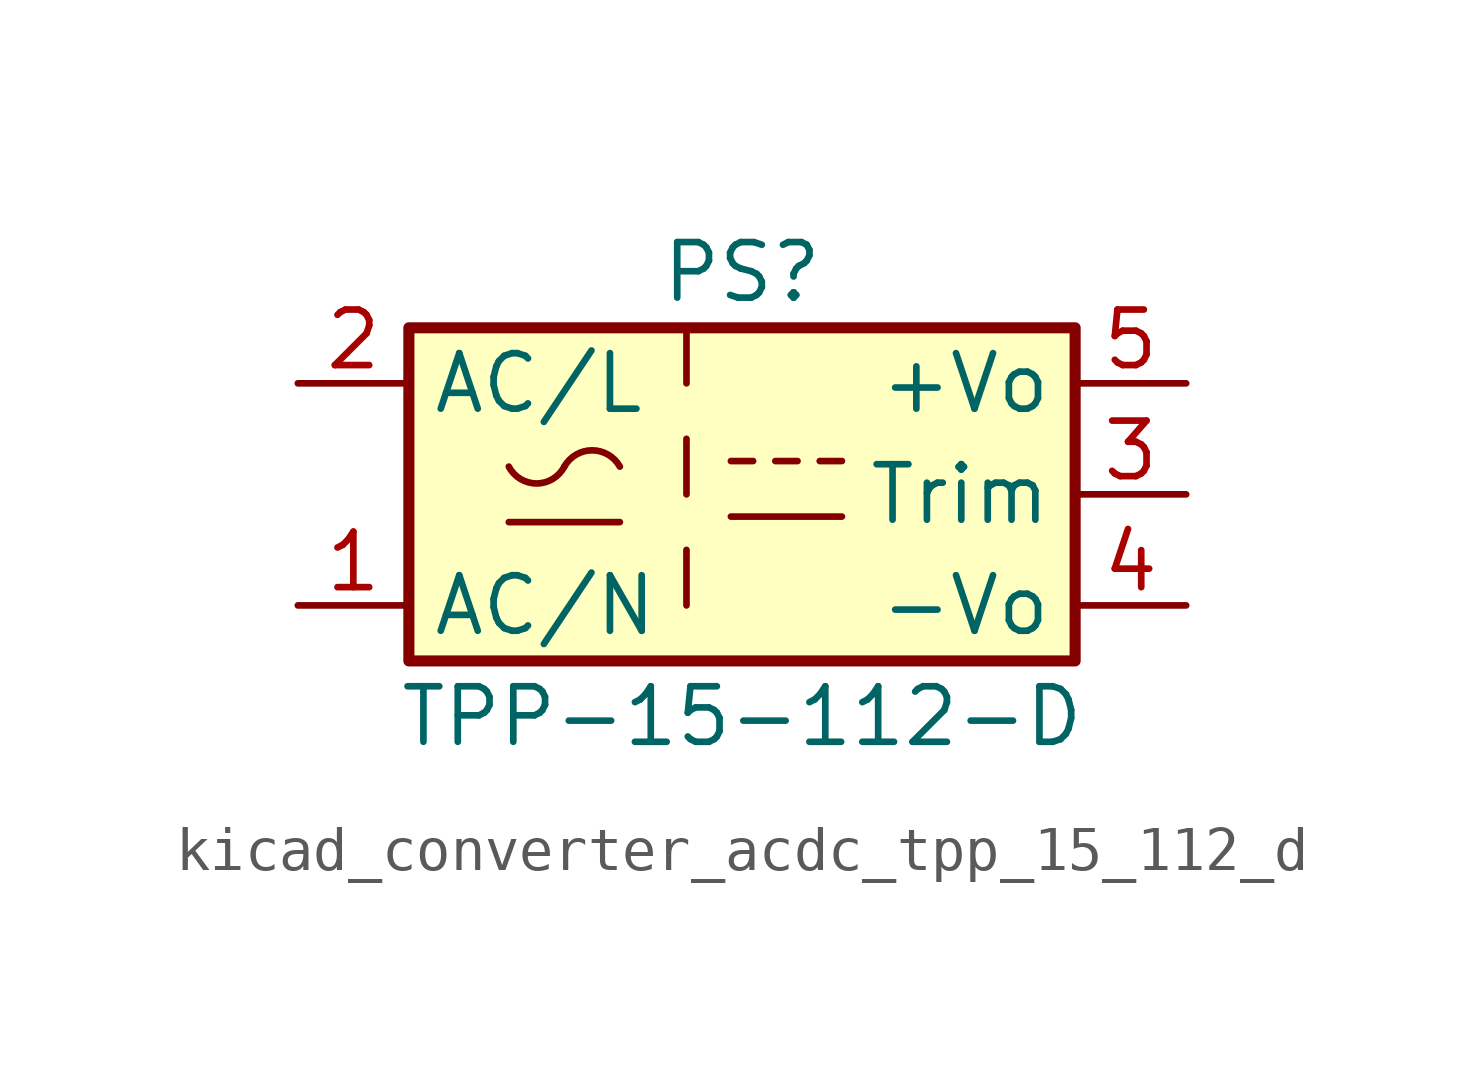
<source format=kicad_sym>
(kicad_symbol_lib
  (version 20220914)
  (generator kicad_symbol_editor)
  (symbol "kicad_converter_acdc_tpp_15_112_d"
    (property "Reference" "PS"
      (at 0 5.08 0)
      (effects (font (size 1.27 1.27))))
    (property "Value" "TPP-15-112-D"
      (at 0 -5.08 0)
      (effects (font (size 1.27 1.27))))
    (symbol "kicad_converter_acdc_tpp_15_112_d_0_1"
      (rectangle (start -7.62 3.81) (end 7.62 -3.81) (stroke (width 0.254) (type default)) (fill (type background)))
      (arc (start -5.334 0.635) (mid -4.699 0.2495) (end -4.064 0.635) (stroke (width 0) (type default)) (fill (type none)))
      (arc (start -2.794 0.635) (mid -3.429 1.0072) (end -4.064 0.635) (stroke (width 0) (type default)) (fill (type none)))
      (polyline (pts (xy -5.334 -0.635) (xy -2.794 -0.635)) (stroke (width 0) (type default)) (fill (type none)))
      (polyline (pts (xy -0.254 -0.508) (xy 2.286 -0.508)) (stroke (width 0) (type default)) (fill (type none)))
      (polyline (pts (xy -0.254 0.762) (xy 0.254 0.762)) (stroke (width 0) (type default)) (fill (type none)))
      (polyline (pts (xy 0.762 0.762) (xy 1.27 0.762)) (stroke (width 0) (type default)) (fill (type none)))
      (polyline (pts (xy 1.778 0.762) (xy 2.286 0.762)) (stroke (width 0) (type default)) (fill (type none))))
    (symbol "kicad_converter_acdc_tpp_15_112_d_1_1"
      (polyline (pts (xy -1.27 -1.27) (xy -1.27 -2.54)) (stroke (width 0) (type default)) (fill (type none)))
      (polyline (pts (xy -1.27 1.27) (xy -1.27 0)) (stroke (width 0) (type default)) (fill (type none)))
      (polyline (pts (xy -1.27 3.81) (xy -1.27 2.54)) (stroke (width 0) (type default)) (fill (type none)))
      (pin power_in line (at -10.16 -2.54 0) (length 2.54) (name "AC/N" (effects (font (size 1.27 1.27)))) (number "1" (effects (font (size 1.27 1.27)))))
      (pin power_in line (at -10.16 2.54 0) (length 2.54) (name "AC/L" (effects (font (size 1.27 1.27)))) (number "2" (effects (font (size 1.27 1.27)))))
      (pin passive line (at 10.16 0 180) (length 2.54) (name "Trim" (effects (font (size 1.27 1.27)))) (number "3" (effects (font (size 1.27 1.27)))))
      (pin power_out line (at 10.16 -2.54 180) (length 2.54) (name "-Vo" (effects (font (size 1.27 1.27)))) (number "4" (effects (font (size 1.27 1.27)))))
      (pin power_out line (at 10.16 2.54 180) (length 2.54) (name "+Vo" (effects (font (size 1.27 1.27)))) (number "5" (effects (font (size 1.27 1.27))))))))
</source>
